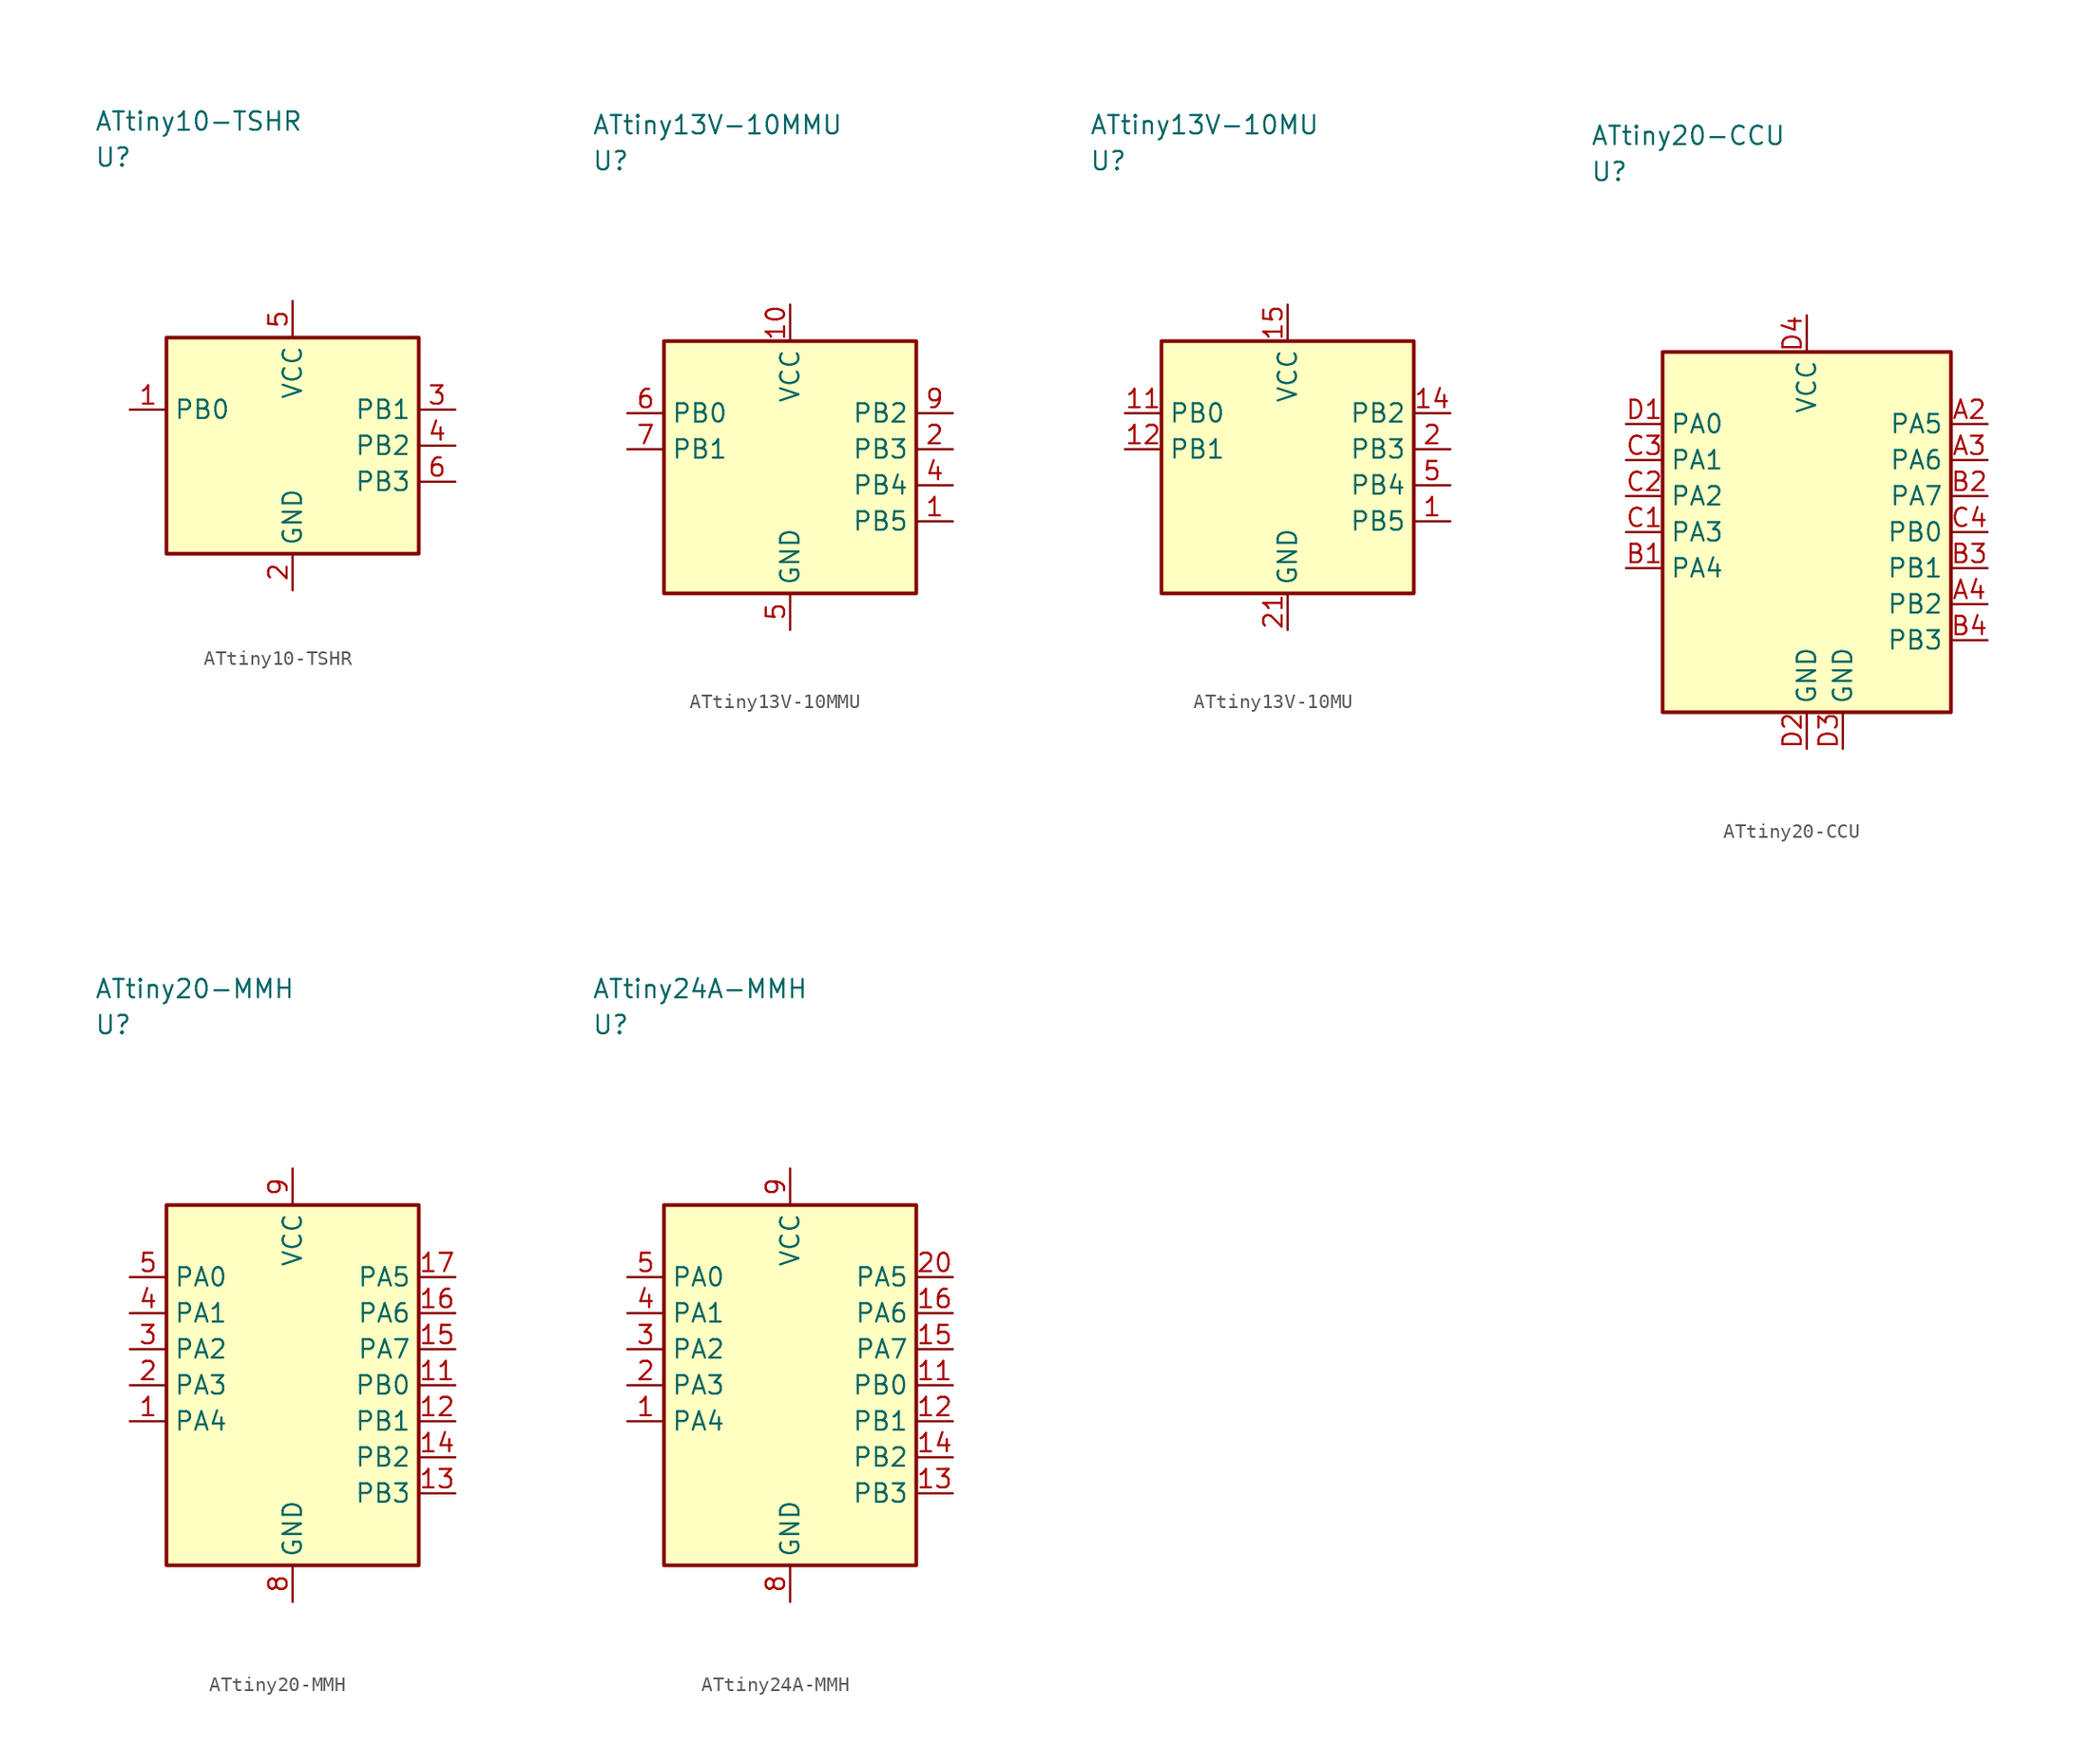
<source format=kicad_sym>
(kicad_symbol_lib
  (version 20241025)
  (generator "kicad_symbol_editor")
  (generator_version "8.0")
  (symbol "ATtiny10-TSHR"
    (property "Reference" "U"
      (at -13.75 20.0 0)
      (effects (font (size 1.27 1.27)) (justify left)))
    (property "Value" "ATtiny10-TSHR"
      (at -13.75 22.5 0)
      (effects (font (size 1.27 1.27)) (justify left)))
    (symbol "ATtiny10-TSHR_0_1"
      (rectangle (start -8.75 7.5) (end 8.75 -7.5) (stroke (width 0.254) (type default)) (fill (type background))))
    (symbol "ATtiny10-TSHR_1_1"
      (pin bidirectional line (at -11.29 2.5 0.0) (length 2.54) (name "PB0" (effects (font (size 1.27 1.27)))) (number "1" (effects (font (size 1.27 1.27)))))
      (pin passive line (at 0.0 -10.04 90.0) (length 2.54) (name "GND" (effects (font (size 1.27 1.27)))) (number "2" (effects (font (size 1.27 1.27)))))
      (pin bidirectional line (at 11.29 2.5 180.0) (length 2.54) (name "PB1" (effects (font (size 1.27 1.27)))) (number "3" (effects (font (size 1.27 1.27)))))
      (pin bidirectional line (at 11.29 0.0 180.0) (length 2.54) (name "PB2" (effects (font (size 1.27 1.27)))) (number "4" (effects (font (size 1.27 1.27)))))
      (pin power_in line (at 0.0 10.04 270.0) (length 2.54) (name "VCC" (effects (font (size 1.27 1.27)))) (number "5" (effects (font (size 1.27 1.27)))))
      (pin bidirectional line (at 11.29 -2.5 180.0) (length 2.54) (name "PB3" (effects (font (size 1.27 1.27)))) (number "6" (effects (font (size 1.27 1.27)))))))
  (symbol "ATtiny13V-10MMU"
    (property "Reference" "U"
      (at -13.75 21.25 0)
      (effects (font (size 1.27 1.27)) (justify left)))
    (property "Value" "ATtiny13V-10MMU"
      (at -13.75 23.75 0)
      (effects (font (size 1.27 1.27)) (justify left)))
    (symbol "ATtiny13V-10MMU_0_1"
      (rectangle (start -8.75 8.75) (end 8.75 -8.75) (stroke (width 0.254) (type default)) (fill (type background))))
    (symbol "ATtiny13V-10MMU_1_1"
      (pin bidirectional line (at 11.29 -3.75 180.0) (length 2.54) (name "PB5" (effects (font (size 1.27 1.27)))) (number "1" (effects (font (size 1.27 1.27)))))
      (pin bidirectional line (at 11.29 1.25 180.0) (length 2.54) (name "PB3" (effects (font (size 1.27 1.27)))) (number "2" (effects (font (size 1.27 1.27)))))
      (pin bidirectional line (at 11.29 -1.25 180.0) (length 2.54) (name "PB4" (effects (font (size 1.27 1.27)))) (number "4" (effects (font (size 1.27 1.27)))))
      (pin passive line (at 0.0 -11.29 90.0) (length 2.54) (name "GND" (effects (font (size 1.27 1.27)))) (number "5" (effects (font (size 1.27 1.27)))))
      (pin bidirectional line (at -11.29 3.75 0.0) (length 2.54) (name "PB0" (effects (font (size 1.27 1.27)))) (number "6" (effects (font (size 1.27 1.27)))))
      (pin bidirectional line (at -11.29 1.25 0.0) (length 2.54) (name "PB1" (effects (font (size 1.27 1.27)))) (number "7" (effects (font (size 1.27 1.27)))))
      (pin bidirectional line (at 11.29 3.75 180.0) (length 2.54) (name "PB2" (effects (font (size 1.27 1.27)))) (number "9" (effects (font (size 1.27 1.27)))))
      (pin power_in line (at 0.0 11.29 270.0) (length 2.54) (name "VCC" (effects (font (size 1.27 1.27)))) (number "10" (effects (font (size 1.27 1.27)))))))
  (symbol "ATtiny13V-10MU"
    (property "Reference" "U"
      (at -13.75 21.25 0)
      (effects (font (size 1.27 1.27)) (justify left)))
    (property "Value" "ATtiny13V-10MU"
      (at -13.75 23.75 0)
      (effects (font (size 1.27 1.27)) (justify left)))
    (symbol "ATtiny13V-10MU_0_1"
      (rectangle (start -8.75 8.75) (end 8.75 -8.75) (stroke (width 0.254) (type default)) (fill (type background))))
    (symbol "ATtiny13V-10MU_1_1"
      (pin bidirectional line (at 11.29 -3.75 180.0) (length 2.54) (name "PB5" (effects (font (size 1.27 1.27)))) (number "1" (effects (font (size 1.27 1.27)))))
      (pin bidirectional line (at 11.29 1.25 180.0) (length 2.54) (name "PB3" (effects (font (size 1.27 1.27)))) (number "2" (effects (font (size 1.27 1.27)))))
      (pin bidirectional line (at 11.29 -1.25 180.0) (length 2.54) (name "PB4" (effects (font (size 1.27 1.27)))) (number "5" (effects (font (size 1.27 1.27)))))
      (pin bidirectional line (at -11.29 3.75 0.0) (length 2.54) (name "PB0" (effects (font (size 1.27 1.27)))) (number "11" (effects (font (size 1.27 1.27)))))
      (pin bidirectional line (at -11.29 1.25 0.0) (length 2.54) (name "PB1" (effects (font (size 1.27 1.27)))) (number "12" (effects (font (size 1.27 1.27)))))
      (pin bidirectional line (at 11.29 3.75 180.0) (length 2.54) (name "PB2" (effects (font (size 1.27 1.27)))) (number "14" (effects (font (size 1.27 1.27)))))
      (pin power_in line (at 0.0 11.29 270.0) (length 2.54) (name "VCC" (effects (font (size 1.27 1.27)))) (number "15" (effects (font (size 1.27 1.27)))))
      (pin passive line (at 0.0 -11.29 90.0) (length 2.54) (name "GND" (effects (font (size 1.27 1.27)))) (number "21" (effects (font (size 1.27 1.27)))))))
  (symbol "ATtiny20-CCU"
    (property "Reference" "U"
      (at -15.0 25.0 0)
      (effects (font (size 1.27 1.27)) (justify left)))
    (property "Value" "ATtiny20-CCU"
      (at -15.0 27.5 0)
      (effects (font (size 1.27 1.27)) (justify left)))
    (symbol "ATtiny20-CCU_0_1"
      (rectangle (start -10.0 12.5) (end 10.0 -12.5) (stroke (width 0.254) (type default)) (fill (type background))))
    (symbol "ATtiny20-CCU_1_1"
      (pin bidirectional line (at -12.54 -2.5 0.0) (length 2.54) (name "PA4" (effects (font (size 1.27 1.27)))) (number "B1" (effects (font (size 1.27 1.27)))))
      (pin bidirectional line (at -12.54 0.0 0.0) (length 2.54) (name "PA3" (effects (font (size 1.27 1.27)))) (number "C1" (effects (font (size 1.27 1.27)))))
      (pin bidirectional line (at -12.54 7.5 0.0) (length 2.54) (name "PA0" (effects (font (size 1.27 1.27)))) (number "D1" (effects (font (size 1.27 1.27)))))
      (pin bidirectional line (at 12.54 7.5 180.0) (length 2.54) (name "PA5" (effects (font (size 1.27 1.27)))) (number "A2" (effects (font (size 1.27 1.27)))))
      (pin bidirectional line (at 12.54 2.5 180.0) (length 2.54) (name "PA7" (effects (font (size 1.27 1.27)))) (number "B2" (effects (font (size 1.27 1.27)))))
      (pin bidirectional line (at -12.54 2.5 0.0) (length 2.54) (name "PA2" (effects (font (size 1.27 1.27)))) (number "C2" (effects (font (size 1.27 1.27)))))
      (pin passive line (at 0.0 -15.04 90.0) (length 2.54) (name "GND" (effects (font (size 1.27 1.27)))) (number "D2" (effects (font (size 1.27 1.27)))))
      (pin bidirectional line (at 12.54 5.0 180.0) (length 2.54) (name "PA6" (effects (font (size 1.27 1.27)))) (number "A3" (effects (font (size 1.27 1.27)))))
      (pin bidirectional line (at 12.54 -2.5 180.0) (length 2.54) (name "PB1" (effects (font (size 1.27 1.27)))) (number "B3" (effects (font (size 1.27 1.27)))))
      (pin bidirectional line (at -12.54 5.0 0.0) (length 2.54) (name "PA1" (effects (font (size 1.27 1.27)))) (number "C3" (effects (font (size 1.27 1.27)))))
      (pin passive line (at 2.5 -15.04 90.0) (length 2.54) (name "GND" (effects (font (size 1.27 1.27)))) (number "D3" (effects (font (size 1.27 1.27)))))
      (pin bidirectional line (at 12.54 -5.0 180.0) (length 2.54) (name "PB2" (effects (font (size 1.27 1.27)))) (number "A4" (effects (font (size 1.27 1.27)))))
      (pin bidirectional line (at 12.54 -7.5 180.0) (length 2.54) (name "PB3" (effects (font (size 1.27 1.27)))) (number "B4" (effects (font (size 1.27 1.27)))))
      (pin bidirectional line (at 12.54 0.0 180.0) (length 2.54) (name "PB0" (effects (font (size 1.27 1.27)))) (number "C4" (effects (font (size 1.27 1.27)))))
      (pin power_in line (at 0.0 15.04 270.0) (length 2.54) (name "VCC" (effects (font (size 1.27 1.27)))) (number "D4" (effects (font (size 1.27 1.27)))))))
  (symbol "ATtiny20-MMH"
    (property "Reference" "U"
      (at -13.75 25.0 0)
      (effects (font (size 1.27 1.27)) (justify left)))
    (property "Value" "ATtiny20-MMH"
      (at -13.75 27.5 0)
      (effects (font (size 1.27 1.27)) (justify left)))
    (symbol "ATtiny20-MMH_0_1"
      (rectangle (start -8.75 12.5) (end 8.75 -12.5) (stroke (width 0.254) (type default)) (fill (type background))))
    (symbol "ATtiny20-MMH_1_1"
      (pin bidirectional line (at -11.29 -2.5 0.0) (length 2.54) (name "PA4" (effects (font (size 1.27 1.27)))) (number "1" (effects (font (size 1.27 1.27)))))
      (pin bidirectional line (at -11.29 0.0 0.0) (length 2.54) (name "PA3" (effects (font (size 1.27 1.27)))) (number "2" (effects (font (size 1.27 1.27)))))
      (pin bidirectional line (at -11.29 2.5 0.0) (length 2.54) (name "PA2" (effects (font (size 1.27 1.27)))) (number "3" (effects (font (size 1.27 1.27)))))
      (pin bidirectional line (at -11.29 5.0 0.0) (length 2.54) (name "PA1" (effects (font (size 1.27 1.27)))) (number "4" (effects (font (size 1.27 1.27)))))
      (pin bidirectional line (at -11.29 7.5 0.0) (length 2.54) (name "PA0" (effects (font (size 1.27 1.27)))) (number "5" (effects (font (size 1.27 1.27)))))
      (pin passive line (at 0.0 -15.04 90.0) (length 2.54) (name "GND" (effects (font (size 1.27 1.27)))) (number "8" (effects (font (size 1.27 1.27)))))
      (pin power_in line (at 0.0 15.04 270.0) (length 2.54) (name "VCC" (effects (font (size 1.27 1.27)))) (number "9" (effects (font (size 1.27 1.27)))))
      (pin bidirectional line (at 11.29 0.0 180.0) (length 2.54) (name "PB0" (effects (font (size 1.27 1.27)))) (number "11" (effects (font (size 1.27 1.27)))))
      (pin bidirectional line (at 11.29 -2.5 180.0) (length 2.54) (name "PB1" (effects (font (size 1.27 1.27)))) (number "12" (effects (font (size 1.27 1.27)))))
      (pin bidirectional line (at 11.29 -7.5 180.0) (length 2.54) (name "PB3" (effects (font (size 1.27 1.27)))) (number "13" (effects (font (size 1.27 1.27)))))
      (pin bidirectional line (at 11.29 -5.0 180.0) (length 2.54) (name "PB2" (effects (font (size 1.27 1.27)))) (number "14" (effects (font (size 1.27 1.27)))))
      (pin bidirectional line (at 11.29 2.5 180.0) (length 2.54) (name "PA7" (effects (font (size 1.27 1.27)))) (number "15" (effects (font (size 1.27 1.27)))))
      (pin bidirectional line (at 11.29 5.0 180.0) (length 2.54) (name "PA6" (effects (font (size 1.27 1.27)))) (number "16" (effects (font (size 1.27 1.27)))))
      (pin bidirectional line (at 11.29 7.5 180.0) (length 2.54) (name "PA5" (effects (font (size 1.27 1.27)))) (number "17" (effects (font (size 1.27 1.27)))))))
  (symbol "ATtiny24A-MMH"
    (property "Reference" "U"
      (at -13.75 25.0 0)
      (effects (font (size 1.27 1.27)) (justify left)))
    (property "Value" "ATtiny24A-MMH"
      (at -13.75 27.5 0)
      (effects (font (size 1.27 1.27)) (justify left)))
    (symbol "ATtiny24A-MMH_0_1"
      (rectangle (start -8.75 12.5) (end 8.75 -12.5) (stroke (width 0.254) (type default)) (fill (type background))))
    (symbol "ATtiny24A-MMH_1_1"
      (pin bidirectional line (at -11.29 -2.5 0.0) (length 2.54) (name "PA4" (effects (font (size 1.27 1.27)))) (number "1" (effects (font (size 1.27 1.27)))))
      (pin bidirectional line (at -11.29 0.0 0.0) (length 2.54) (name "PA3" (effects (font (size 1.27 1.27)))) (number "2" (effects (font (size 1.27 1.27)))))
      (pin bidirectional line (at -11.29 2.5 0.0) (length 2.54) (name "PA2" (effects (font (size 1.27 1.27)))) (number "3" (effects (font (size 1.27 1.27)))))
      (pin bidirectional line (at -11.29 5.0 0.0) (length 2.54) (name "PA1" (effects (font (size 1.27 1.27)))) (number "4" (effects (font (size 1.27 1.27)))))
      (pin bidirectional line (at -11.29 7.5 0.0) (length 2.54) (name "PA0" (effects (font (size 1.27 1.27)))) (number "5" (effects (font (size 1.27 1.27)))))
      (pin passive line (at 0.0 -15.04 90.0) (length 2.54) (name "GND" (effects (font (size 1.27 1.27)))) (number "8" (effects (font (size 1.27 1.27)))))
      (pin power_in line (at 0.0 15.04 270.0) (length 2.54) (name "VCC" (effects (font (size 1.27 1.27)))) (number "9" (effects (font (size 1.27 1.27)))))
      (pin bidirectional line (at 11.29 0.0 180.0) (length 2.54) (name "PB0" (effects (font (size 1.27 1.27)))) (number "11" (effects (font (size 1.27 1.27)))))
      (pin bidirectional line (at 11.29 -2.5 180.0) (length 2.54) (name "PB1" (effects (font (size 1.27 1.27)))) (number "12" (effects (font (size 1.27 1.27)))))
      (pin bidirectional line (at 11.29 -7.5 180.0) (length 2.54) (name "PB3" (effects (font (size 1.27 1.27)))) (number "13" (effects (font (size 1.27 1.27)))))
      (pin bidirectional line (at 11.29 -5.0 180.0) (length 2.54) (name "PB2" (effects (font (size 1.27 1.27)))) (number "14" (effects (font (size 1.27 1.27)))))
      (pin bidirectional line (at 11.29 2.5 180.0) (length 2.54) (name "PA7" (effects (font (size 1.27 1.27)))) (number "15" (effects (font (size 1.27 1.27)))))
      (pin bidirectional line (at 11.29 5.0 180.0) (length 2.54) (name "PA6" (effects (font (size 1.27 1.27)))) (number "16" (effects (font (size 1.27 1.27)))))
      (pin bidirectional line (at 11.29 7.5 180.0) (length 2.54) (name "PA5" (effects (font (size 1.27 1.27)))) (number "20" (effects (font (size 1.27 1.27))))))))
</source>
